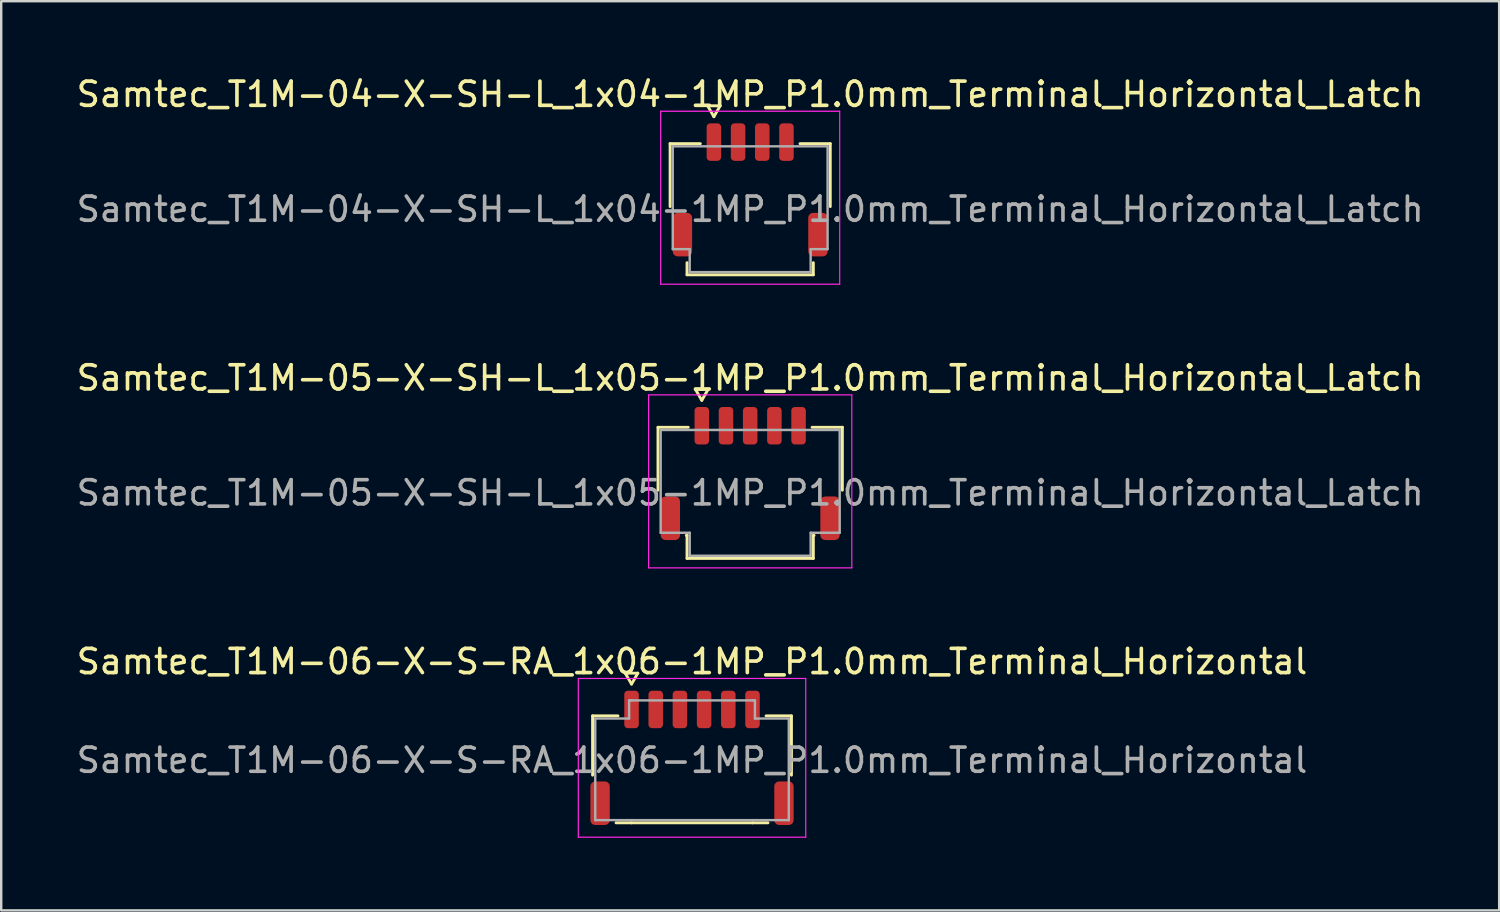
<source format=kicad_pcb>
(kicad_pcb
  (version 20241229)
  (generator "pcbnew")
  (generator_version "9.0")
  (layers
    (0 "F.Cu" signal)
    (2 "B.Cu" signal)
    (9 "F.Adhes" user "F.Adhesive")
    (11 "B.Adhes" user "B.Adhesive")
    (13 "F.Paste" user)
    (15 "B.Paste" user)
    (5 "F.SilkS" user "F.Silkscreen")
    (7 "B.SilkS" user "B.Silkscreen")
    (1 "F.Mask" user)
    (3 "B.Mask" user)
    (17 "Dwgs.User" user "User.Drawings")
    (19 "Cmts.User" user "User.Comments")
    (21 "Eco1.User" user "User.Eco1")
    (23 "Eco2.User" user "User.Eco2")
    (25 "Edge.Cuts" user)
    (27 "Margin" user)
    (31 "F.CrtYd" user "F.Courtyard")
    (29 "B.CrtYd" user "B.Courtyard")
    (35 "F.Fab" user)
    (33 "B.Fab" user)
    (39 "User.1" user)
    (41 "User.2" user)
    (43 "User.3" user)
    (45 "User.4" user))
  (footprint "Samtec_T1M-06-X-S-RA_1x06-1MP_P1.0mm_Terminal_Horizontal"
    (layer "F.Cu")
    (at 25.554 28.375)
    (property "Reference" "Samtec_T1M-06-X-S-RA_1x06-1MP_P1.0mm_Terminal_Horizontal" (at 0 -4.08 0) (layer "F.SilkS") (effects (font (size 1 1) (thickness 0.15))))
    (attr smd)
    (fp_line (start -4.11 -1.835) (end -3.06 -1.835) (stroke (width 0.12) (type solid)) (layer "F.SilkS"))
    (fp_line (start -4.11 0.615) (end -4.11 -1.835) (stroke (width 0.12) (type solid)) (layer "F.SilkS"))
    (fp_line (start -2.76 -3.6) (end -2.5 -3.15) (stroke (width 0.12) (type solid)) (layer "F.SilkS"))
    (fp_line (start -2.5 -3.15) (end -2.24 -3.6) (stroke (width 0.12) (type solid)) (layer "F.SilkS"))
    (fp_line (start -2.5 2.585) (end -3.14 2.585) (stroke (width 0.12) (type solid)) (layer "F.SilkS"))
    (fp_line (start -2.24 -3.6) (end -2.76 -3.6) (stroke (width 0.12) (type solid)) (layer "F.SilkS"))
    (fp_line (start 2.5 2.585) (end -2.5 2.585) (stroke (width 0.12) (type solid)) (layer "F.SilkS"))
    (fp_line (start 3.06 -1.835) (end 4.11 -1.835) (stroke (width 0.12) (type solid)) (layer "F.SilkS"))
    (fp_line (start 3.14 2.585) (end 2.5 2.585) (stroke (width 0.12) (type solid)) (layer "F.SilkS"))
    (fp_line (start 4.11 -1.835) (end 4.11 0.615) (stroke (width 0.12) (type solid)) (layer "F.SilkS"))
    (fp_line (start -4.7 -3.38) (end -4.7 3.18) (stroke (width 0.05) (type solid)) (layer "F.CrtYd"))
    (fp_line (start -4.7 3.18) (end 4.7 3.18) (stroke (width 0.05) (type solid)) (layer "F.CrtYd"))
    (fp_line (start 4.7 -3.38) (end -4.7 -3.38) (stroke (width 0.05) (type solid)) (layer "F.CrtYd"))
    (fp_line (start 4.7 3.18) (end 4.7 -3.38) (stroke (width 0.05) (type solid)) (layer "F.CrtYd"))
    (fp_line (start -4 -1.725) (end -2.6 -1.725) (stroke (width 0.1) (type solid)) (layer "F.Fab"))
    (fp_line (start -4 2.475) (end -4 -1.725) (stroke (width 0.1) (type solid)) (layer "F.Fab"))
    (fp_line (start -2.6 -2.475) (end -2.5 -2.475) (stroke (width 0.1) (type solid)) (layer "F.Fab"))
    (fp_line (start -2.6 -1.725) (end -2.6 -2.475) (stroke (width 0.1) (type solid)) (layer "F.Fab"))
    (fp_line (start -2.5 -2.475) (end 2.5 -2.475) (stroke (width 0.1) (type solid)) (layer "F.Fab"))
    (fp_line (start -2.5 2.475) (end -4 2.475) (stroke (width 0.1) (type solid)) (layer "F.Fab"))
    (fp_line (start 2.5 -2.475) (end 2.6 -2.475) (stroke (width 0.1) (type solid)) (layer "F.Fab"))
    (fp_line (start 2.5 2.475) (end -2.5 2.475) (stroke (width 0.1) (type solid)) (layer "F.Fab"))
    (fp_line (start 2.6 -2.475) (end 2.6 -1.725) (stroke (width 0.1) (type solid)) (layer "F.Fab"))
    (fp_line (start 2.6 -1.725) (end 4 -1.725) (stroke (width 0.1) (type solid)) (layer "F.Fab"))
    (fp_line (start 4 -1.725) (end 4 2.475) (stroke (width 0.1) (type solid)) (layer "F.Fab"))
    (fp_line (start 4 2.475) (end 2.5 2.475) (stroke (width 0.1) (type solid)) (layer "F.Fab"))
    (fp_text user "${REFERENCE}" (at 0 0 0) (layer "F.Fab") (effects (font (size 1 1) (thickness 0.15))))
    (pad "1" smd roundrect (at -2.5 -2.1) (size 0.6 1.55) (layers "F.Cu" "F.Mask" "F.Paste") (roundrect_rratio 0.25))
    (pad "2" smd roundrect (at -1.5 -2.1) (size 0.6 1.55) (layers "F.Cu" "F.Mask" "F.Paste") (roundrect_rratio 0.25))
    (pad "3" smd roundrect (at -0.5 -2.1) (size 0.6 1.55) (layers "F.Cu" "F.Mask" "F.Paste") (roundrect_rratio 0.25))
    (pad "4" smd roundrect (at 0.5 -2.1) (size 0.6 1.55) (layers "F.Cu" "F.Mask" "F.Paste") (roundrect_rratio 0.25))
    (pad "5" smd roundrect (at 1.5 -2.1) (size 0.6 1.55) (layers "F.Cu" "F.Mask" "F.Paste") (roundrect_rratio 0.25))
    (pad "6" smd roundrect (at 2.5 -2.1) (size 0.6 1.55) (layers "F.Cu" "F.Mask" "F.Paste") (roundrect_rratio 0.25))
    (pad "MP" smd roundrect (at -3.8 1.775) (size 0.8 1.8) (layers "F.Cu" "F.Mask" "F.Paste") (roundrect_rratio 0.25))
    (pad "MP" smd roundrect (at 3.8 1.775) (size 0.8 1.8) (layers "F.Cu" "F.Mask" "F.Paste") (roundrect_rratio 0.25)))
  (footprint "Samtec_T1M-04-X-SH-L_1x04-1MP_P1.0mm_Terminal_Horizontal_Latch"
    (layer "F.Cu")
    (at 27.958 5.598)
    (property "Reference" "Samtec_T1M-04-X-SH-L_1x04-1MP_P1.0mm_Terminal_Horizontal_Latch" (at 0 -4.75 0) (layer "F.SilkS") (effects (font (size 1 1) (thickness 0.15))))
    (attr smd)
    (fp_line (start -3.31 -2.71) (end -2.06 -2.71) (stroke (width 0.12) (type solid)) (layer "F.SilkS"))
    (fp_line (start -3.31 -0.11) (end -3.31 -2.71) (stroke (width 0.12) (type solid)) (layer "F.SilkS"))
    (fp_line (start -2.61 2.71) (end -2.61 2.21) (stroke (width 0.12) (type solid)) (layer "F.SilkS"))
    (fp_line (start -1.76 -4.275) (end -1.5 -3.825) (stroke (width 0.12) (type solid)) (layer "F.SilkS"))
    (fp_line (start -1.5 -3.825) (end -1.24 -4.275) (stroke (width 0.12) (type solid)) (layer "F.SilkS"))
    (fp_line (start -1.24 -4.275) (end -1.76 -4.275) (stroke (width 0.12) (type solid)) (layer "F.SilkS"))
    (fp_line (start 2.06 -2.71) (end 3.31 -2.71) (stroke (width 0.12) (type solid)) (layer "F.SilkS"))
    (fp_line (start 2.61 2.21) (end 2.61 2.71) (stroke (width 0.12) (type solid)) (layer "F.SilkS"))
    (fp_line (start 2.61 2.71) (end -2.61 2.71) (stroke (width 0.12) (type solid)) (layer "F.SilkS"))
    (fp_line (start 3.31 -2.71) (end 3.31 -0.11) (stroke (width 0.12) (type solid)) (layer "F.SilkS"))
    (fp_line (start -3.7 -4.05) (end -3.7 3.1) (stroke (width 0.05) (type solid)) (layer "F.CrtYd"))
    (fp_line (start -3.7 3.1) (end 3.7 3.1) (stroke (width 0.05) (type solid)) (layer "F.CrtYd"))
    (fp_line (start 3.7 -4.05) (end -3.7 -4.05) (stroke (width 0.05) (type solid)) (layer "F.CrtYd"))
    (fp_line (start 3.7 3.1) (end 3.7 -4.05) (stroke (width 0.05) (type solid)) (layer "F.CrtYd"))
    (fp_line (start -3.2 -2.6) (end 3.2 -2.6) (stroke (width 0.1) (type solid)) (layer "F.Fab"))
    (fp_line (start -3.2 1.65) (end -3.2 -2.6) (stroke (width 0.1) (type solid)) (layer "F.Fab"))
    (fp_line (start -2.5 1.65) (end -3.2 1.65) (stroke (width 0.1) (type solid)) (layer "F.Fab"))
    (fp_line (start -2.5 2.6) (end -2.5 1.65) (stroke (width 0.1) (type solid)) (layer "F.Fab"))
    (fp_line (start 2.5 1.65) (end 2.5 2.6) (stroke (width 0.1) (type solid)) (layer "F.Fab"))
    (fp_line (start 2.5 2.6) (end -2.5 2.6) (stroke (width 0.1) (type solid)) (layer "F.Fab"))
    (fp_line (start 3.2 -2.6) (end 3.2 1.65) (stroke (width 0.1) (type solid)) (layer "F.Fab"))
    (fp_line (start 3.2 1.65) (end 2.5 1.65) (stroke (width 0.1) (type solid)) (layer "F.Fab"))
    (fp_text user "${REFERENCE}" (at 0 0 0) (layer "F.Fab") (effects (font (size 1 1) (thickness 0.15))))
    (pad "1" smd roundrect (at -1.5 -2.775) (size 0.6 1.55) (layers "F.Cu" "F.Mask" "F.Paste") (roundrect_rratio 0.25))
    (pad "2" smd roundrect (at -0.5 -2.775) (size 0.6 1.55) (layers "F.Cu" "F.Mask" "F.Paste") (roundrect_rratio 0.25))
    (pad "3" smd roundrect (at 0.5 -2.775) (size 0.6 1.55) (layers "F.Cu" "F.Mask" "F.Paste") (roundrect_rratio 0.25))
    (pad "4" smd roundrect (at 1.5 -2.775) (size 0.6 1.55) (layers "F.Cu" "F.Mask" "F.Paste") (roundrect_rratio 0.25))
    (pad "MP" smd roundrect (at -2.8 1.05) (size 0.8 1.8) (layers "F.Cu" "F.Mask" "F.Paste") (roundrect_rratio 0.25))
    (pad "MP" smd roundrect (at 2.8 1.05) (size 0.8 1.8) (layers "F.Cu" "F.Mask" "F.Paste") (roundrect_rratio 0.25)))
  (footprint "Samtec_T1M-05-X-SH-L_1x05-1MP_P1.0mm_Terminal_Horizontal_Latch"
    (layer "F.Cu")
    (at 27.958 17.322)
    (property "Reference" "Samtec_T1M-05-X-SH-L_1x05-1MP_P1.0mm_Terminal_Horizontal_Latch" (at 0 -4.75 0) (layer "F.SilkS") (effects (font (size 1 1) (thickness 0.15))))
    (attr smd)
    (fp_line (start -3.81 -2.71) (end -2.56 -2.71) (stroke (width 0.12) (type solid)) (layer "F.SilkS"))
    (fp_line (start -3.81 -0.11) (end -3.81 -2.71) (stroke (width 0.12) (type solid)) (layer "F.SilkS"))
    (fp_line (start -2.61 1.76) (end -2.64 1.76) (stroke (width 0.12) (type solid)) (layer "F.SilkS"))
    (fp_line (start -2.61 2.71) (end -2.61 1.76) (stroke (width 0.12) (type solid)) (layer "F.SilkS"))
    (fp_line (start -2.26 -4.275) (end -2 -3.825) (stroke (width 0.12) (type solid)) (layer "F.SilkS"))
    (fp_line (start -2 -3.825) (end -1.74 -4.275) (stroke (width 0.12) (type solid)) (layer "F.SilkS"))
    (fp_line (start -1.74 -4.275) (end -2.26 -4.275) (stroke (width 0.12) (type solid)) (layer "F.SilkS"))
    (fp_line (start 2.56 -2.71) (end 3.81 -2.71) (stroke (width 0.12) (type solid)) (layer "F.SilkS"))
    (fp_line (start 2.61 1.76) (end 2.61 2.71) (stroke (width 0.12) (type solid)) (layer "F.SilkS"))
    (fp_line (start 2.61 2.71) (end -2.61 2.71) (stroke (width 0.12) (type solid)) (layer "F.SilkS"))
    (fp_line (start 2.64 1.76) (end 2.61 1.76) (stroke (width 0.12) (type solid)) (layer "F.SilkS"))
    (fp_line (start 3.81 -2.71) (end 3.81 -0.11) (stroke (width 0.12) (type solid)) (layer "F.SilkS"))
    (fp_line (start -4.2 -4.05) (end -4.2 3.1) (stroke (width 0.05) (type solid)) (layer "F.CrtYd"))
    (fp_line (start -4.2 3.1) (end 4.2 3.1) (stroke (width 0.05) (type solid)) (layer "F.CrtYd"))
    (fp_line (start 4.2 -4.05) (end -4.2 -4.05) (stroke (width 0.05) (type solid)) (layer "F.CrtYd"))
    (fp_line (start 4.2 3.1) (end 4.2 -4.05) (stroke (width 0.05) (type solid)) (layer "F.CrtYd"))
    (fp_line (start -3.7 -2.6) (end 3.7 -2.6) (stroke (width 0.1) (type solid)) (layer "F.Fab"))
    (fp_line (start -3.7 1.65) (end -3.7 -2.6) (stroke (width 0.1) (type solid)) (layer "F.Fab"))
    (fp_line (start -2.5 1.65) (end -3.7 1.65) (stroke (width 0.1) (type solid)) (layer "F.Fab"))
    (fp_line (start -2.5 2.6) (end -2.5 1.65) (stroke (width 0.1) (type solid)) (layer "F.Fab"))
    (fp_line (start 2.5 1.65) (end 2.5 2.6) (stroke (width 0.1) (type solid)) (layer "F.Fab"))
    (fp_line (start 2.5 2.6) (end -2.5 2.6) (stroke (width 0.1) (type solid)) (layer "F.Fab"))
    (fp_line (start 3.7 -2.6) (end 3.7 1.65) (stroke (width 0.1) (type solid)) (layer "F.Fab"))
    (fp_line (start 3.7 1.65) (end 2.5 1.65) (stroke (width 0.1) (type solid)) (layer "F.Fab"))
    (fp_text user "${REFERENCE}" (at 0 0 0) (layer "F.Fab") (effects (font (size 1 1) (thickness 0.15))))
    (pad "1" smd roundrect (at -2 -2.775) (size 0.6 1.55) (layers "F.Cu" "F.Mask" "F.Paste") (roundrect_rratio 0.25))
    (pad "2" smd roundrect (at -1 -2.775) (size 0.6 1.55) (layers "F.Cu" "F.Mask" "F.Paste") (roundrect_rratio 0.25))
    (pad "3" smd roundrect (at 0 -2.775) (size 0.6 1.55) (layers "F.Cu" "F.Mask" "F.Paste") (roundrect_rratio 0.25))
    (pad "4" smd roundrect (at 1 -2.775) (size 0.6 1.55) (layers "F.Cu" "F.Mask" "F.Paste") (roundrect_rratio 0.25))
    (pad "5" smd roundrect (at 2 -2.775) (size 0.6 1.55) (layers "F.Cu" "F.Mask" "F.Paste") (roundrect_rratio 0.25))
    (pad "MP" smd roundrect (at -3.3 1.05) (size 0.8 1.8) (layers "F.Cu" "F.Mask" "F.Paste") (roundrect_rratio 0.25))
    (pad "MP" smd roundrect (at 3.3 1.05) (size 0.8 1.8) (layers "F.Cu" "F.Mask" "F.Paste") (roundrect_rratio 0.25)))
  (gr_rect
    (start -3 -3)
    (end 58.917 34.58)
    (stroke (width 0.1) (type default))
    (fill no)
    (layer "Edge.Cuts")))
</source>
